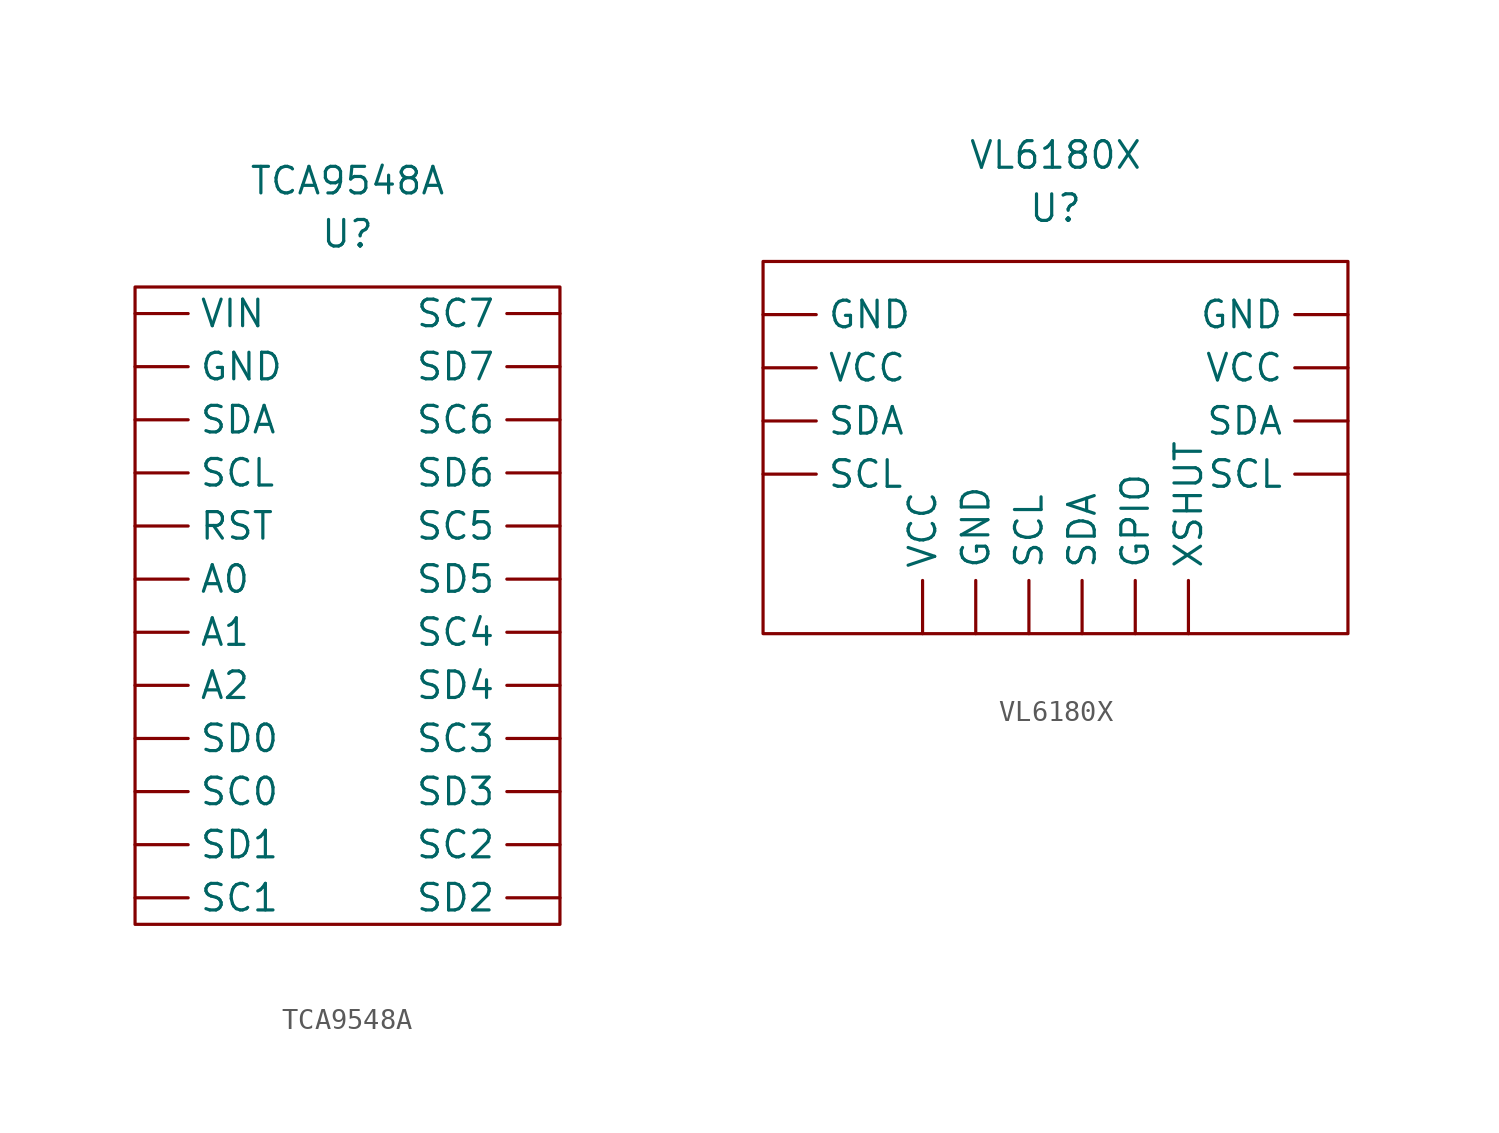
<source format=kicad_sym>
(kicad_symbol_lib
  (version 20211014)
  (generator kicad_symbol_editor)
  (symbol "TCA9548A"
    (property "Reference" "U"
      (at 0 2.54 0)
      (effects (font (size 1.27 1.27))))
    (property "Value" "TCA9548A"
      (at 0 5.08 0)
      (effects (font (size 1.27 1.27))))
    (symbol "TCA9548A_0_1"
      (rectangle (start -10.16 0) (end 10.16 -30.48) (stroke (width 0) (type default) (color 0 0 0 0)) (fill (type none))))
    (symbol "TCA9548A_1_1"
      (pin input line (at -10.16 -13.97 0) (length 2.54) (name "A0" (effects (font (size 1.27 1.27)))) (number "" (effects (font (size 1.27 1.27)))))
      (pin input line (at -10.16 -16.51 0) (length 2.54) (name "A1" (effects (font (size 1.27 1.27)))) (number "" (effects (font (size 1.27 1.27)))))
      (pin input line (at -10.16 -19.05 0) (length 2.54) (name "A2" (effects (font (size 1.27 1.27)))) (number "" (effects (font (size 1.27 1.27)))))
      (pin input line (at -10.16 -3.81 0) (length 2.54) (name "GND" (effects (font (size 1.27 1.27)))) (number "" (effects (font (size 1.27 1.27)))))
      (pin input line (at -10.16 -11.43 0) (length 2.54) (name "RST" (effects (font (size 1.27 1.27)))) (number "" (effects (font (size 1.27 1.27)))))
      (pin output line (at -10.16 -24.13 0) (length 2.54) (name "SC0" (effects (font (size 1.27 1.27)))) (number "" (effects (font (size 1.27 1.27)))))
      (pin output line (at -10.16 -29.21 0) (length 2.54) (name "SC1" (effects (font (size 1.27 1.27)))) (number "" (effects (font (size 1.27 1.27)))))
      (pin output line (at 10.16 -26.67 180) (length 2.54) (name "SC2" (effects (font (size 1.27 1.27)))) (number "" (effects (font (size 1.27 1.27)))))
      (pin output line (at 10.16 -21.59 180) (length 2.54) (name "SC3" (effects (font (size 1.27 1.27)))) (number "" (effects (font (size 1.27 1.27)))))
      (pin output line (at 10.16 -16.51 180) (length 2.54) (name "SC4" (effects (font (size 1.27 1.27)))) (number "" (effects (font (size 1.27 1.27)))))
      (pin output line (at 10.16 -11.43 180) (length 2.54) (name "SC5" (effects (font (size 1.27 1.27)))) (number "" (effects (font (size 1.27 1.27)))))
      (pin output line (at 10.16 -6.35 180) (length 2.54) (name "SC6" (effects (font (size 1.27 1.27)))) (number "" (effects (font (size 1.27 1.27)))))
      (pin output line (at 10.16 -1.27 180) (length 2.54) (name "SC7" (effects (font (size 1.27 1.27)))) (number "" (effects (font (size 1.27 1.27)))))
      (pin input line (at -10.16 -8.89 0) (length 2.54) (name "SCL" (effects (font (size 1.27 1.27)))) (number "" (effects (font (size 1.27 1.27)))))
      (pin output line (at -10.16 -21.59 0) (length 2.54) (name "SD0" (effects (font (size 1.27 1.27)))) (number "" (effects (font (size 1.27 1.27)))))
      (pin output line (at -10.16 -26.67 0) (length 2.54) (name "SD1" (effects (font (size 1.27 1.27)))) (number "" (effects (font (size 1.27 1.27)))))
      (pin output line (at 10.16 -29.21 180) (length 2.54) (name "SD2" (effects (font (size 1.27 1.27)))) (number "" (effects (font (size 1.27 1.27)))))
      (pin output line (at 10.16 -24.13 180) (length 2.54) (name "SD3" (effects (font (size 1.27 1.27)))) (number "" (effects (font (size 1.27 1.27)))))
      (pin output line (at 10.16 -19.05 180) (length 2.54) (name "SD4" (effects (font (size 1.27 1.27)))) (number "" (effects (font (size 1.27 1.27)))))
      (pin output line (at 10.16 -13.97 180) (length 2.54) (name "SD5" (effects (font (size 1.27 1.27)))) (number "" (effects (font (size 1.27 1.27)))))
      (pin output line (at 10.16 -8.89 180) (length 2.54) (name "SD6" (effects (font (size 1.27 1.27)))) (number "" (effects (font (size 1.27 1.27)))))
      (pin output line (at 10.16 -3.81 180) (length 2.54) (name "SD7" (effects (font (size 1.27 1.27)))) (number "" (effects (font (size 1.27 1.27)))))
      (pin input line (at -10.16 -6.35 0) (length 2.54) (name "SDA" (effects (font (size 1.27 1.27)))) (number "" (effects (font (size 1.27 1.27)))))
      (pin input line (at -10.16 -1.27 0) (length 2.54) (name "VIN" (effects (font (size 1.27 1.27)))) (number "" (effects (font (size 1.27 1.27)))))))
  (symbol "VL6180X"
    (property "Reference" "U"
      (at 0 2.54 0)
      (effects (font (size 1.27 1.27))))
    (property "Value" "VL6180X"
      (at 0 5.08 0)
      (effects (font (size 1.27 1.27))))
    (symbol "VL6180X_0_1"
      (rectangle (start -13.97 0) (end 13.97 -17.78) (stroke (width 0) (type default) (color 0 0 0 0)) (fill (type none))))
    (symbol "VL6180X_1_1"
      (pin bidirectional line (at -13.97 -2.54 0) (length 2.54) (name "GND" (effects (font (size 1.27 1.27)))) (number "" (effects (font (size 1.27 1.27)))))
      (pin bidirectional line (at -3.81 -17.78 90) (length 2.54) (name "GND" (effects (font (size 1.27 1.27)))) (number "" (effects (font (size 1.27 1.27)))))
      (pin bidirectional line (at 13.97 -2.54 180) (length 2.54) (name "GND" (effects (font (size 1.27 1.27)))) (number "" (effects (font (size 1.27 1.27)))))
      (pin bidirectional line (at 3.81 -17.78 90) (length 2.54) (name "GPIO" (effects (font (size 1.27 1.27)))) (number "" (effects (font (size 1.27 1.27)))))
      (pin bidirectional line (at -13.97 -10.16 0) (length 2.54) (name "SCL" (effects (font (size 1.27 1.27)))) (number "" (effects (font (size 1.27 1.27)))))
      (pin bidirectional line (at -1.27 -17.78 90) (length 2.54) (name "SCL" (effects (font (size 1.27 1.27)))) (number "" (effects (font (size 1.27 1.27)))))
      (pin bidirectional line (at 13.97 -10.16 180) (length 2.54) (name "SCL" (effects (font (size 1.27 1.27)))) (number "" (effects (font (size 1.27 1.27)))))
      (pin bidirectional line (at -13.97 -7.62 0) (length 2.54) (name "SDA" (effects (font (size 1.27 1.27)))) (number "" (effects (font (size 1.27 1.27)))))
      (pin bidirectional line (at 1.27 -17.78 90) (length 2.54) (name "SDA" (effects (font (size 1.27 1.27)))) (number "" (effects (font (size 1.27 1.27)))))
      (pin bidirectional line (at 13.97 -7.62 180) (length 2.54) (name "SDA" (effects (font (size 1.27 1.27)))) (number "" (effects (font (size 1.27 1.27)))))
      (pin bidirectional line (at -13.97 -5.08 0) (length 2.54) (name "VCC" (effects (font (size 1.27 1.27)))) (number "" (effects (font (size 1.27 1.27)))))
      (pin bidirectional line (at -6.35 -17.78 90) (length 2.54) (name "VCC" (effects (font (size 1.27 1.27)))) (number "" (effects (font (size 1.27 1.27)))))
      (pin bidirectional line (at 13.97 -5.08 180) (length 2.54) (name "VCC" (effects (font (size 1.27 1.27)))) (number "" (effects (font (size 1.27 1.27)))))
      (pin bidirectional line (at 6.35 -17.78 90) (length 2.54) (name "XSHUT" (effects (font (size 1.27 1.27)))) (number "" (effects (font (size 1.27 1.27))))))))
</source>
